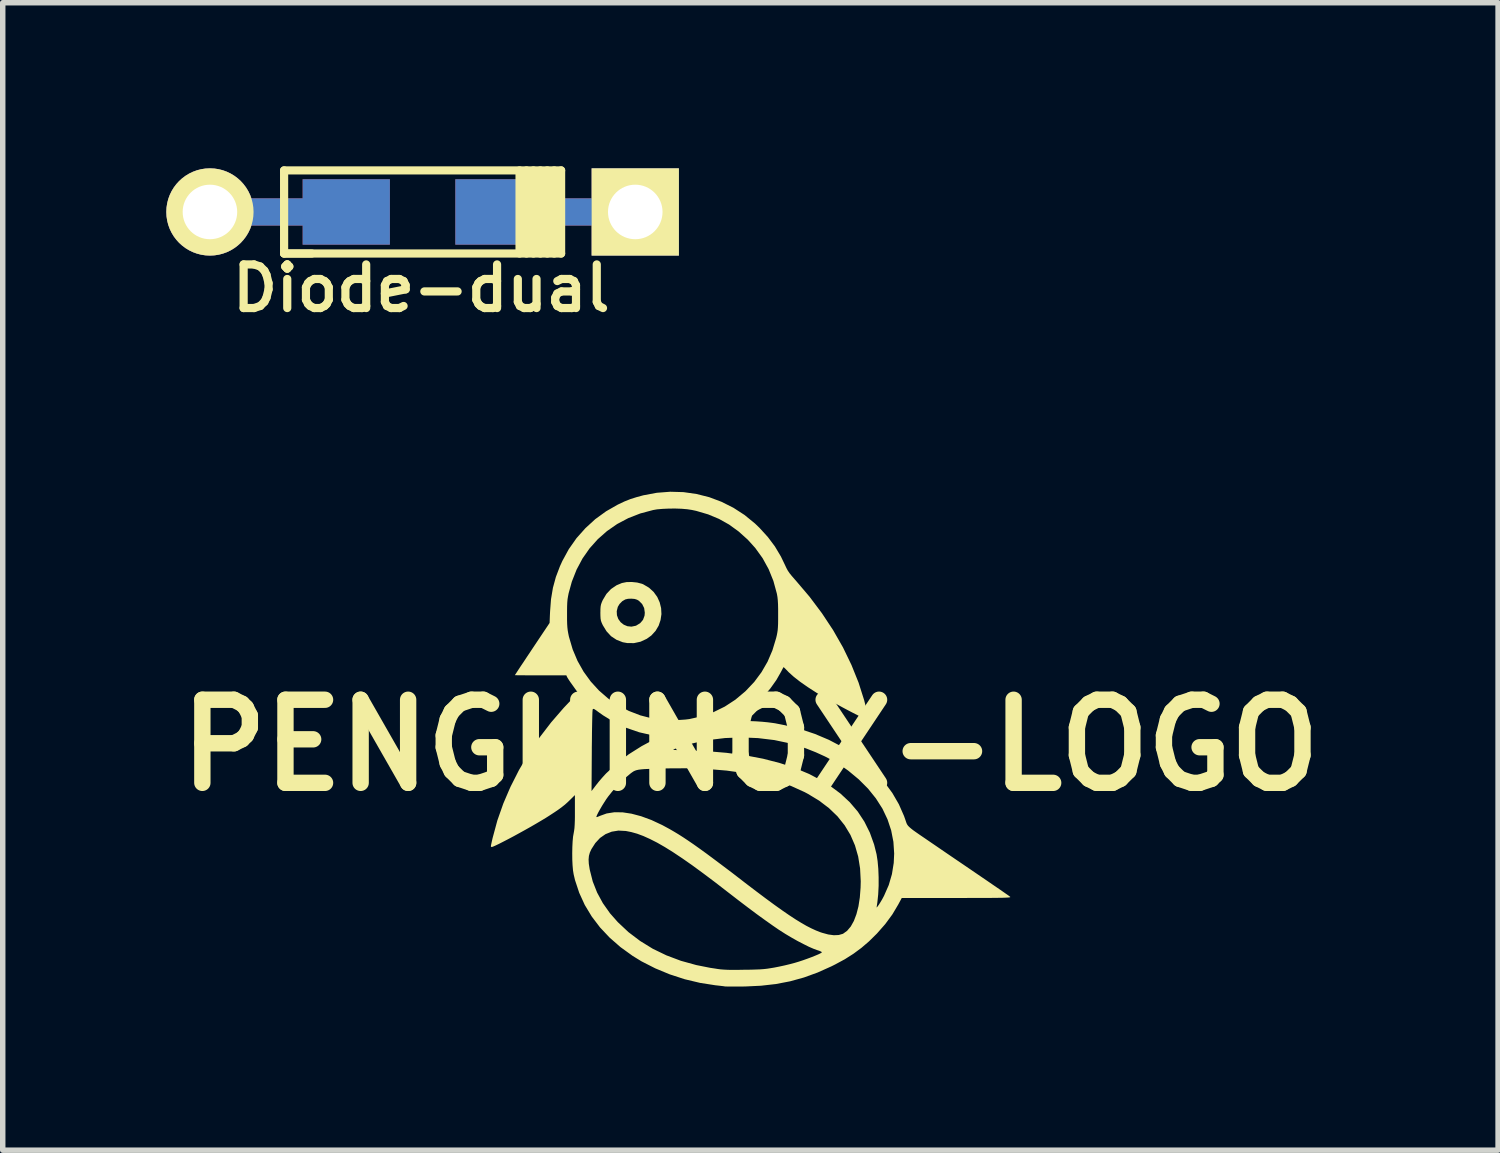
<source format=kicad_pcb>
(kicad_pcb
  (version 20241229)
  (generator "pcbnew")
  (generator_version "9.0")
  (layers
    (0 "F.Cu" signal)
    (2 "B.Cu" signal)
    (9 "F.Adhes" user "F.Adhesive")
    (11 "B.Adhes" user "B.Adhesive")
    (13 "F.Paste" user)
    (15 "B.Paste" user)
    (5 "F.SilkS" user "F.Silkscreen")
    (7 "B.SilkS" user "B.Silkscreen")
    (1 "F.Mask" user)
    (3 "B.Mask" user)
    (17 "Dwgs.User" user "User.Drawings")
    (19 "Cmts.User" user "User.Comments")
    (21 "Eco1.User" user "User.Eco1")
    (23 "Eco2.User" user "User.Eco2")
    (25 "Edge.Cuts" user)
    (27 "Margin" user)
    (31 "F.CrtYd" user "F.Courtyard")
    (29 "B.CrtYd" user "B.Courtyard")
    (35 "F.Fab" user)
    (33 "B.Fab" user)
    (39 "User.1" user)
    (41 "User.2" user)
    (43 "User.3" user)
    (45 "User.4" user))
  (footprint "PENGUINOX-LOGO"
    (layer "F.Cu")
    (at 10.712 10.617)
    (property "Reference" "PENGUINOX-LOGO" (at 0 0 0) (layer "F.SilkS") (effects (font (size 1.524 1.524) (thickness 0.3))))
    (attr board_only exclude_from_pos_files exclude_from_bom)
    (fp_poly (pts (xy -2.077 -2.984) (xy -1.989 -2.961) (xy -1.965 -2.951) (xy -1.86 -2.889) (xy -1.775 -2.811) (xy -1.709 -2.72) (xy -1.664 -2.62) (xy -1.638 -2.514) (xy -1.632 -2.405) (xy -1.648 -2.297) (xy -1.683 -2.193) (xy -1.74 -2.097) (xy -1.818 -2.012) (xy -1.901 -1.952) (xy -2.015 -1.899) (xy -2.135 -1.873) (xy -2.258 -1.874) (xy -2.341 -1.889) (xy -2.456 -1.934) (xy -2.556 -2) (xy -2.639 -2.09) (xy -2.707 -2.201) (xy -2.728 -2.246) (xy -2.741 -2.283) (xy -2.748 -2.322) (xy -2.751 -2.372) (xy -2.752 -2.431) (xy -2.751 -2.459) (xy -2.452 -2.459) (xy -2.448 -2.384) (xy -2.423 -2.315) (xy -2.38 -2.256) (xy -2.323 -2.211) (xy -2.256 -2.183) (xy -2.182 -2.175) (xy -2.104 -2.191) (xy -2.094 -2.195) (xy -2.022 -2.239) (xy -1.97 -2.3) (xy -1.942 -2.376) (xy -1.937 -2.43) (xy -1.949 -2.516) (xy -1.986 -2.59) (xy -2.045 -2.649) (xy -2.079 -2.669) (xy -2.123 -2.683) (xy -2.183 -2.688) (xy -2.244 -2.686) (xy -2.295 -2.674) (xy -2.35 -2.642) (xy -2.4 -2.591) (xy -2.432 -2.538) (xy -2.452 -2.459) (xy -2.751 -2.459) (xy -2.751 -2.498) (xy -2.747 -2.547) (xy -2.739 -2.586) (xy -2.725 -2.625) (xy -2.708 -2.663) (xy -2.641 -2.775) (xy -2.557 -2.865) (xy -2.455 -2.934) (xy -2.357 -2.975) (xy -2.272 -2.992) (xy -2.176 -2.994)) (stroke (width 0) (type solid)) (fill yes) (layer "F.SilkS"))
    (fp_poly (pts (xy -1.228 -4.642) (xy -0.989 -4.608) (xy -0.755 -4.549) (xy -0.529 -4.464) (xy -0.312 -4.355) (xy -0.108 -4.223) (xy 0.084 -4.066) (xy 0.167 -3.986) (xy 0.32 -3.818) (xy 0.449 -3.646) (xy 0.559 -3.461) (xy 0.633 -3.307) (xy 0.659 -3.251) (xy 0.685 -3.203) (xy 0.716 -3.157) (xy 0.757 -3.106) (xy 0.81 -3.045) (xy 0.834 -3.018) (xy 1.084 -2.724) (xy 1.312 -2.42) (xy 1.517 -2.11) (xy 1.698 -1.793) (xy 1.853 -1.472) (xy 1.983 -1.149) (xy 2.086 -0.825) (xy 2.117 -0.702) (xy 2.138 -0.616) (xy 2.153 -0.553) (xy 2.163 -0.51) (xy 2.168 -0.482) (xy 2.169 -0.468) (xy 2.167 -0.461) (xy 2.162 -0.46) (xy 2.16 -0.46) (xy 2.14 -0.466) (xy 2.098 -0.485) (xy 2.04 -0.513) (xy 1.967 -0.55) (xy 1.882 -0.593) (xy 1.79 -0.641) (xy 1.694 -0.692) (xy 1.597 -0.745) (xy 1.502 -0.796) (xy 1.412 -0.846) (xy 1.332 -0.892) (xy 1.263 -0.931) (xy 1.221 -0.957) (xy 1.052 -1.066) (xy 0.909 -1.166) (xy 0.793 -1.257) (xy 0.702 -1.339) (xy 0.685 -1.357) (xy 0.649 -1.394) (xy 0.622 -1.421) (xy 0.607 -1.432) (xy 0.606 -1.432) (xy 0.599 -1.419) (xy 0.582 -1.387) (xy 0.564 -1.352) (xy 0.476 -1.197) (xy 0.365 -1.041) (xy 0.236 -0.889) (xy 0.095 -0.746) (xy -0.054 -0.619) (xy -0.206 -0.511) (xy -0.223 -0.5) (xy -0.3 -0.453) (xy -0.035 -0.444) (xy 0.099 -0.439) (xy 0.214 -0.431) (xy 0.317 -0.421) (xy 0.417 -0.408) (xy 0.523 -0.389) (xy 0.633 -0.367) (xy 0.915 -0.297) (xy 1.184 -0.207) (xy 1.439 -0.099) (xy 1.679 0.027) (xy 1.902 0.168) (xy 2.107 0.325) (xy 2.293 0.496) (xy 2.459 0.68) (xy 2.602 0.875) (xy 2.722 1.082) (xy 2.817 1.298) (xy 2.836 1.352) (xy 2.847 1.384) (xy 2.856 1.411) (xy 2.865 1.435) (xy 2.876 1.456) (xy 2.892 1.478) (xy 2.915 1.501) (xy 2.946 1.528) (xy 2.987 1.56) (xy 3.042 1.599) (xy 3.111 1.647) (xy 3.198 1.706) (xy 3.303 1.778) (xy 3.407 1.849) (xy 3.613 1.99) (xy 3.798 2.116) (xy 3.963 2.228) (xy 4.108 2.327) (xy 4.234 2.413) (xy 4.344 2.488) (xy 4.437 2.552) (xy 4.516 2.606) (xy 4.582 2.651) (xy 4.635 2.688) (xy 4.678 2.718) (xy 4.71 2.74) (xy 4.734 2.757) (xy 4.75 2.769) (xy 4.76 2.777) (xy 4.765 2.781) (xy 4.766 2.784) (xy 4.759 2.788) (xy 4.744 2.791) (xy 4.718 2.793) (xy 4.679 2.795) (xy 4.626 2.797) (xy 4.556 2.798) (xy 4.469 2.799) (xy 4.362 2.8) (xy 4.233 2.8) (xy 4.081 2.8) (xy 3.904 2.801) (xy 3.78 2.801) (xy 2.775 2.801) (xy 2.71 2.922) (xy 2.603 3.102) (xy 2.472 3.28) (xy 2.321 3.452) (xy 2.315 3.458) (xy 2.175 3.596) (xy 2.035 3.716) (xy 1.889 3.824) (xy 1.73 3.925) (xy 1.552 4.021) (xy 1.484 4.055) (xy 1.232 4.168) (xy 0.981 4.259) (xy 0.728 4.329) (xy 0.467 4.379) (xy 0.194 4.41) (xy -0.097 4.424) (xy -0.104 4.424) (xy -0.199 4.425) (xy -0.286 4.425) (xy -0.361 4.425) (xy -0.42 4.425) (xy -0.457 4.423) (xy -0.467 4.423) (xy -0.499 4.418) (xy -0.55 4.412) (xy -0.612 4.405) (xy -0.641 4.402) (xy -0.923 4.358) (xy -1.205 4.291) (xy -1.481 4.201) (xy -1.746 4.091) (xy -1.997 3.963) (xy -2.16 3.863) (xy -2.383 3.702) (xy -2.582 3.528) (xy -2.758 3.341) (xy -2.91 3.141) (xy -3.038 2.929) (xy -3.14 2.706) (xy -3.217 2.473) (xy -3.242 2.367) (xy -3.254 2.293) (xy -3.262 2.2) (xy -3.267 2.096) (xy -2.968 2.096) (xy -2.964 2.173) (xy -2.949 2.269) (xy -2.946 2.285) (xy -2.892 2.498) (xy -2.812 2.701) (xy -2.707 2.895) (xy -2.575 3.082) (xy -2.432 3.244) (xy -2.237 3.427) (xy -2.023 3.589) (xy -1.791 3.732) (xy -1.541 3.853) (xy -1.275 3.953) (xy -0.993 4.031) (xy -0.737 4.082) (xy -0.662 4.093) (xy -0.6 4.103) (xy -0.546 4.11) (xy -0.495 4.114) (xy -0.442 4.117) (xy -0.382 4.119) (xy -0.309 4.119) (xy -0.218 4.119) (xy -0.111 4.117) (xy 0.004 4.116) (xy 0.098 4.113) (xy 0.176 4.11) (xy 0.243 4.105) (xy 0.307 4.098) (xy 0.372 4.088) (xy 0.432 4.078) (xy 0.524 4.06) (xy 0.626 4.038) (xy 0.725 4.014) (xy 0.808 3.992) (xy 0.808 3.992) (xy 0.885 3.969) (xy 0.967 3.942) (xy 1.048 3.913) (xy 1.126 3.884) (xy 1.195 3.856) (xy 1.252 3.832) (xy 1.291 3.812) (xy 1.31 3.799) (xy 1.311 3.797) (xy 1.299 3.786) (xy 1.267 3.771) (xy 1.23 3.759) (xy 1.161 3.734) (xy 1.073 3.696) (xy 0.973 3.646) (xy 0.863 3.589) (xy 0.75 3.525) (xy 0.639 3.459) (xy 0.533 3.391) (xy 0.526 3.387) (xy 0.408 3.306) (xy 0.271 3.209) (xy 0.119 3.099) (xy -0.043 2.978) (xy -0.214 2.848) (xy -0.39 2.712) (xy -0.411 2.696) (xy -0.646 2.514) (xy -0.863 2.351) (xy -1.062 2.205) (xy -1.245 2.077) (xy -1.413 1.965) (xy -1.568 1.868) (xy -1.711 1.786) (xy -1.843 1.719) (xy -1.965 1.664) (xy -2.078 1.622) (xy -2.185 1.592) (xy -2.286 1.572) (xy -2.289 1.572) (xy -2.421 1.565) (xy -2.544 1.585) (xy -2.657 1.63) (xy -2.758 1.7) (xy -2.845 1.794) (xy -2.916 1.905) (xy -2.945 1.968) (xy -2.962 2.03) (xy -2.968 2.096) (xy -3.267 2.096) (xy -3.267 2.093) (xy -3.268 1.981) (xy -3.266 1.869) (xy -3.261 1.766) (xy -3.253 1.677) (xy -3.242 1.616) (xy -3.234 1.571) (xy -3.227 1.518) (xy -3.223 1.455) (xy -3.22 1.376) (xy -3.219 1.317) (xy -2.825 1.317) (xy -2.81 1.316) (xy -2.78 1.304) (xy -2.762 1.296) (xy -2.637 1.251) (xy -2.498 1.229) (xy -2.346 1.23) (xy -2.181 1.255) (xy -2.004 1.302) (xy -1.816 1.371) (xy -1.619 1.463) (xy -1.484 1.536) (xy -1.403 1.583) (xy -1.32 1.633) (xy -1.232 1.689) (xy -1.139 1.751) (xy -1.037 1.821) (xy -0.926 1.9) (xy -0.803 1.989) (xy -0.666 2.091) (xy -0.514 2.205) (xy -0.344 2.333) (xy -0.156 2.478) (xy -0.098 2.523) (xy 0.099 2.673) (xy 0.276 2.806) (xy 0.435 2.923) (xy 0.578 3.025) (xy 0.707 3.114) (xy 0.824 3.191) (xy 0.93 3.256) (xy 1.027 3.312) (xy 1.117 3.358) (xy 1.202 3.397) (xy 1.283 3.429) (xy 1.317 3.44) (xy 1.427 3.47) (xy 1.529 3.484) (xy 1.619 3.48) (xy 1.692 3.459) (xy 1.698 3.457) (xy 1.773 3.403) (xy 1.84 3.324) (xy 1.897 3.222) (xy 1.944 3.098) (xy 1.981 2.954) (xy 2.006 2.792) (xy 2.02 2.612) (xy 2.023 2.494) (xy 2.011 2.26) (xy 1.976 2.041) (xy 1.917 1.836) (xy 1.834 1.644) (xy 1.727 1.467) (xy 1.596 1.303) (xy 1.44 1.153) (xy 1.26 1.016) (xy 1.055 0.892) (xy 0.993 0.859) (xy 0.746 0.747) (xy 0.481 0.652) (xy 0.196 0.573) (xy -0.108 0.511) (xy -0.434 0.465) (xy -0.78 0.436) (xy -1.149 0.422) (xy -1.498 0.424) (xy -1.642 0.427) (xy -1.762 0.43) (xy -1.859 0.434) (xy -1.937 0.437) (xy -1.999 0.442) (xy -2.048 0.448) (xy -2.086 0.456) (xy -2.116 0.466) (xy -2.142 0.478) (xy -2.166 0.494) (xy -2.191 0.512) (xy -2.196 0.516) (xy -2.275 0.582) (xy -2.364 0.665) (xy -2.453 0.757) (xy -2.537 0.85) (xy -2.607 0.938) (xy -2.643 0.988) (xy -2.681 1.047) (xy -2.72 1.109) (xy -2.756 1.171) (xy -2.788 1.228) (xy -2.811 1.274) (xy -2.824 1.306) (xy -2.825 1.317) (xy -3.219 1.317) (xy -3.219 1.276) (xy -3.219 1.213) (xy -3.219 0.914) (xy -3.306 1) (xy -3.356 1.048) (xy -3.403 1.09) (xy -3.455 1.131) (xy -3.514 1.175) (xy -3.587 1.225) (xy -3.679 1.285) (xy -3.682 1.287) (xy -3.751 1.331) (xy -3.834 1.381) (xy -3.927 1.436) (xy -4.027 1.494) (xy -4.132 1.553) (xy -4.237 1.611) (xy -4.341 1.668) (xy -4.439 1.72) (xy -4.53 1.767) (xy -4.608 1.807) (xy -4.673 1.838) (xy -4.72 1.859) (xy -4.746 1.867) (xy -4.748 1.867) (xy -4.76 1.856) (xy -4.758 1.836) (xy -4.752 1.808) (xy -4.742 1.762) (xy -4.729 1.705) (xy -4.724 1.686) (xy -4.641 1.379) (xy -4.532 1.069) (xy -4.434 0.84) (xy -2.914 0.84) (xy -2.83 0.73) (xy -2.781 0.668) (xy -2.722 0.599) (xy -2.664 0.535) (xy -2.645 0.515) (xy -2.449 0.333) (xy -2.232 0.166) (xy -2.096 0.08) (xy -1.416 0.08) (xy -1.408 0.084) (xy -1.377 0.087) (xy -1.325 0.09) (xy -1.258 0.093) (xy -1.186 0.094) (xy -0.802 0.108) (xy -0.438 0.139) (xy -0.093 0.185) (xy 0.232 0.247) (xy 0.535 0.325) (xy 0.817 0.418) (xy 1.077 0.527) (xy 1.314 0.652) (xy 1.456 0.741) (xy 1.651 0.886) (xy 1.822 1.045) (xy 1.968 1.216) (xy 2.09 1.402) (xy 2.19 1.603) (xy 2.268 1.82) (xy 2.313 1.999) (xy 2.332 2.123) (xy 2.345 2.266) (xy 2.351 2.42) (xy 2.351 2.579) (xy 2.343 2.735) (xy 2.328 2.879) (xy 2.318 2.946) (xy 2.314 2.969) (xy 2.318 2.974) (xy 2.33 2.959) (xy 2.354 2.926) (xy 2.382 2.882) (xy 2.416 2.825) (xy 2.448 2.765) (xy 2.451 2.759) (xy 2.537 2.563) (xy 2.595 2.364) (xy 2.628 2.158) (xy 2.636 1.985) (xy 2.622 1.771) (xy 2.581 1.561) (xy 2.514 1.359) (xy 2.421 1.163) (xy 2.301 0.975) (xy 2.157 0.796) (xy 1.987 0.626) (xy 1.793 0.465) (xy 1.653 0.366) (xy 1.519 0.285) (xy 1.366 0.205) (xy 1.199 0.129) (xy 1.025 0.06) (xy 0.853 0.001) (xy 0.728 -0.034) (xy 0.439 -0.095) (xy 0.14 -0.131) (xy -0.163 -0.144) (xy -0.466 -0.132) (xy -0.766 -0.096) (xy -1.003 -0.048) (xy -1.072 -0.031) (xy -1.147 -0.01) (xy -1.223 0.012) (xy -1.294 0.035) (xy -1.354 0.055) (xy -1.398 0.071) (xy -1.416 0.08) (xy -2.096 0.08) (xy -1.996 0.017) (xy -1.832 -0.071) (xy -1.656 -0.159) (xy -1.8 -0.183) (xy -2.04 -0.238) (xy -2.273 -0.318) (xy -2.495 -0.422) (xy -2.703 -0.549) (xy -2.786 -0.608) (xy -2.833 -0.643) (xy -2.863 -0.662) (xy -2.88 -0.668) (xy -2.89 -0.662) (xy -2.893 -0.658) (xy -2.895 -0.64) (xy -2.898 -0.596) (xy -2.9 -0.53) (xy -2.902 -0.445) (xy -2.904 -0.342) (xy -2.906 -0.225) (xy -2.907 -0.095) (xy -2.909 0.043) (xy -2.909 0.103) (xy -2.914 0.84) (xy -4.434 0.84) (xy -4.399 0.76) (xy -4.244 0.454) (xy -4.067 0.153) (xy -3.87 -0.139) (xy -3.655 -0.419) (xy -3.424 -0.686) (xy -3.335 -0.78) (xy -3.161 -0.96) (xy -3.254 -1.09) (xy -3.293 -1.144) (xy -3.327 -1.194) (xy -3.351 -1.232) (xy -3.362 -1.25) (xy -3.376 -1.282) (xy -3.848 -1.282) (xy -3.959 -1.282) (xy -4.061 -1.282) (xy -4.151 -1.283) (xy -4.224 -1.283) (xy -4.279 -1.284) (xy -4.311 -1.285) (xy -4.319 -1.286) (xy -4.312 -1.298) (xy -4.29 -1.331) (xy -4.257 -1.382) (xy -4.213 -1.449) (xy -4.159 -1.529) (xy -4.099 -1.62) (xy -4.032 -1.72) (xy -4.001 -1.767) (xy -3.683 -2.243) (xy -3.677 -2.396) (xy -3.363 -2.396) (xy -3.363 -2.299) (xy -3.361 -2.224) (xy -3.357 -2.162) (xy -3.351 -2.108) (xy -3.342 -2.056) (xy -3.33 -1.997) (xy -3.326 -1.982) (xy -3.26 -1.758) (xy -3.171 -1.547) (xy -3.06 -1.35) (xy -2.928 -1.168) (xy -2.778 -1.004) (xy -2.61 -0.858) (xy -2.427 -0.733) (xy -2.229 -0.629) (xy -2.019 -0.548) (xy -1.798 -0.491) (xy -1.735 -0.48) (xy -1.643 -0.47) (xy -1.534 -0.464) (xy -1.417 -0.462) (xy -1.301 -0.464) (xy -1.195 -0.471) (xy -1.121 -0.48) (xy -0.894 -0.531) (xy -0.676 -0.608) (xy -0.47 -0.709) (xy -0.277 -0.835) (xy -0.099 -0.984) (xy -0.088 -0.994) (xy 0.07 -1.161) (xy 0.203 -1.34) (xy 0.314 -1.532) (xy 0.403 -1.74) (xy 0.471 -1.964) (xy 0.484 -2.018) (xy 0.493 -2.065) (xy 0.5 -2.111) (xy 0.504 -2.163) (xy 0.507 -2.226) (xy 0.508 -2.306) (xy 0.508 -2.39) (xy 0.508 -2.499) (xy 0.506 -2.587) (xy 0.502 -2.657) (xy 0.496 -2.716) (xy 0.487 -2.769) (xy 0.483 -2.787) (xy 0.421 -3.014) (xy 0.334 -3.229) (xy 0.223 -3.431) (xy 0.089 -3.617) (xy -0.048 -3.769) (xy -0.216 -3.92) (xy -0.391 -4.047) (xy -0.577 -4.151) (xy -0.776 -4.234) (xy -0.994 -4.298) (xy -1.073 -4.315) (xy -1.158 -4.328) (xy -1.262 -4.337) (xy -1.378 -4.341) (xy -1.497 -4.34) (xy -1.611 -4.335) (xy -1.713 -4.326) (xy -1.783 -4.314) (xy -2.019 -4.251) (xy -2.24 -4.165) (xy -2.444 -4.057) (xy -2.631 -3.927) (xy -2.8 -3.778) (xy -2.95 -3.61) (xy -3.08 -3.424) (xy -3.188 -3.221) (xy -3.275 -3.001) (xy -3.334 -2.787) (xy -3.345 -2.731) (xy -3.354 -2.677) (xy -3.359 -2.618) (xy -3.362 -2.548) (xy -3.363 -2.461) (xy -3.363 -2.396) (xy -3.677 -2.396) (xy -3.674 -2.456) (xy -3.657 -2.679) (xy -3.622 -2.887) (xy -3.568 -3.086) (xy -3.493 -3.283) (xy -3.449 -3.38) (xy -3.331 -3.596) (xy -3.19 -3.797) (xy -3.027 -3.98) (xy -2.846 -4.146) (xy -2.646 -4.291) (xy -2.429 -4.415) (xy -2.428 -4.415) (xy -2.312 -4.47) (xy -2.202 -4.514) (xy -2.085 -4.551) (xy -1.963 -4.584) (xy -1.717 -4.63) (xy -1.471 -4.649)) (stroke (width 0) (type solid)) (fill yes) (layer "F.SilkS")))
  (footprint "Diode-dual"
    (layer "F.Cu")
    (at 4.7 0.837)
    (property "Reference" "Diode-dual" (at -0.025 1.4 0) (layer "F.SilkS") (effects (font (size 0.8 0.8) (thickness 0.15))))
    (attr smd)
    (fp_line (start -2.54 -0.762) (end -2.54 0.762) (stroke (width 0.15) (type solid)) (layer "F.SilkS"))
    (fp_line (start -2.54 0.762) (end -2.032 0.762) (stroke (width 0.15) (type solid)) (layer "F.SilkS"))
    (fp_line (start -2.54 0.762) (end 2.54 0.762) (stroke (width 0.15) (type solid)) (layer "F.SilkS"))
    (fp_line (start 1.778 0.762) (end 1.778 -0.762) (stroke (width 0.15) (type solid)) (layer "F.SilkS"))
    (fp_line (start 1.905 0.762) (end 1.905 -0.762) (stroke (width 0.15) (type solid)) (layer "F.SilkS"))
    (fp_line (start 2.032 -0.762) (end 2.032 0.762) (stroke (width 0.15) (type solid)) (layer "F.SilkS"))
    (fp_line (start 2.159 0.762) (end 2.159 -0.762) (stroke (width 0.15) (type solid)) (layer "F.SilkS"))
    (fp_line (start 2.286 -0.762) (end 2.286 0.762) (stroke (width 0.15) (type solid)) (layer "F.SilkS"))
    (fp_line (start 2.413 0.762) (end 2.413 -0.762) (stroke (width 0.15) (type solid)) (layer "F.SilkS"))
    (fp_line (start 2.54 -0.762) (end -2.54 -0.762) (stroke (width 0.15) (type solid)) (layer "F.SilkS"))
    (fp_line (start 2.54 0.762) (end 2.54 -0.762) (stroke (width 0.15) (type solid)) (layer "F.SilkS"))
    (pad "1" smd rect (at 1.4 0) (size 1.6 1.2) (layers "F.Cu" "F.Mask" "F.Paste"))
    (pad "1" smd rect (at 1.4 0) (size 1.6 1.2) (layers "B.Cu" "B.Mask" "B.Paste"))
    (pad "1" smd rect (at 2.5 0) (size 2.9 0.5) (layers "F.Cu"))
    (pad "1" smd rect (at 2.5 0) (size 2.9 0.5) (layers "B.Cu"))
    (pad "1" thru_hole rect (at 3.9 0) (size 1.6 1.6) (drill 1) (layers "*.Cu" "*.Mask" "F.SilkS"))
    (pad "2" thru_hole circle (at -3.9 0) (size 1.6 1.6) (drill 1) (layers "*.Cu" "*.Mask" "F.SilkS"))
    (pad "2" smd rect (at -2.5 0) (size 2.9 0.5) (layers "F.Cu"))
    (pad "2" smd rect (at -2.5 0) (size 2.9 0.5) (layers "B.Cu"))
    (pad "2" smd rect (at -1.4 0) (size 1.6 1.2) (layers "F.Cu" "F.Mask" "F.Paste"))
    (pad "2" smd rect (at -1.4 0) (size 1.6 1.2) (layers "B.Cu" "B.Mask" "B.Paste")))
  (gr_rect
    (start -3 -3)
    (end 24.423 18.043)
    (stroke (width 0.1) (type default))
    (fill no)
    (layer "Edge.Cuts")))
</source>
